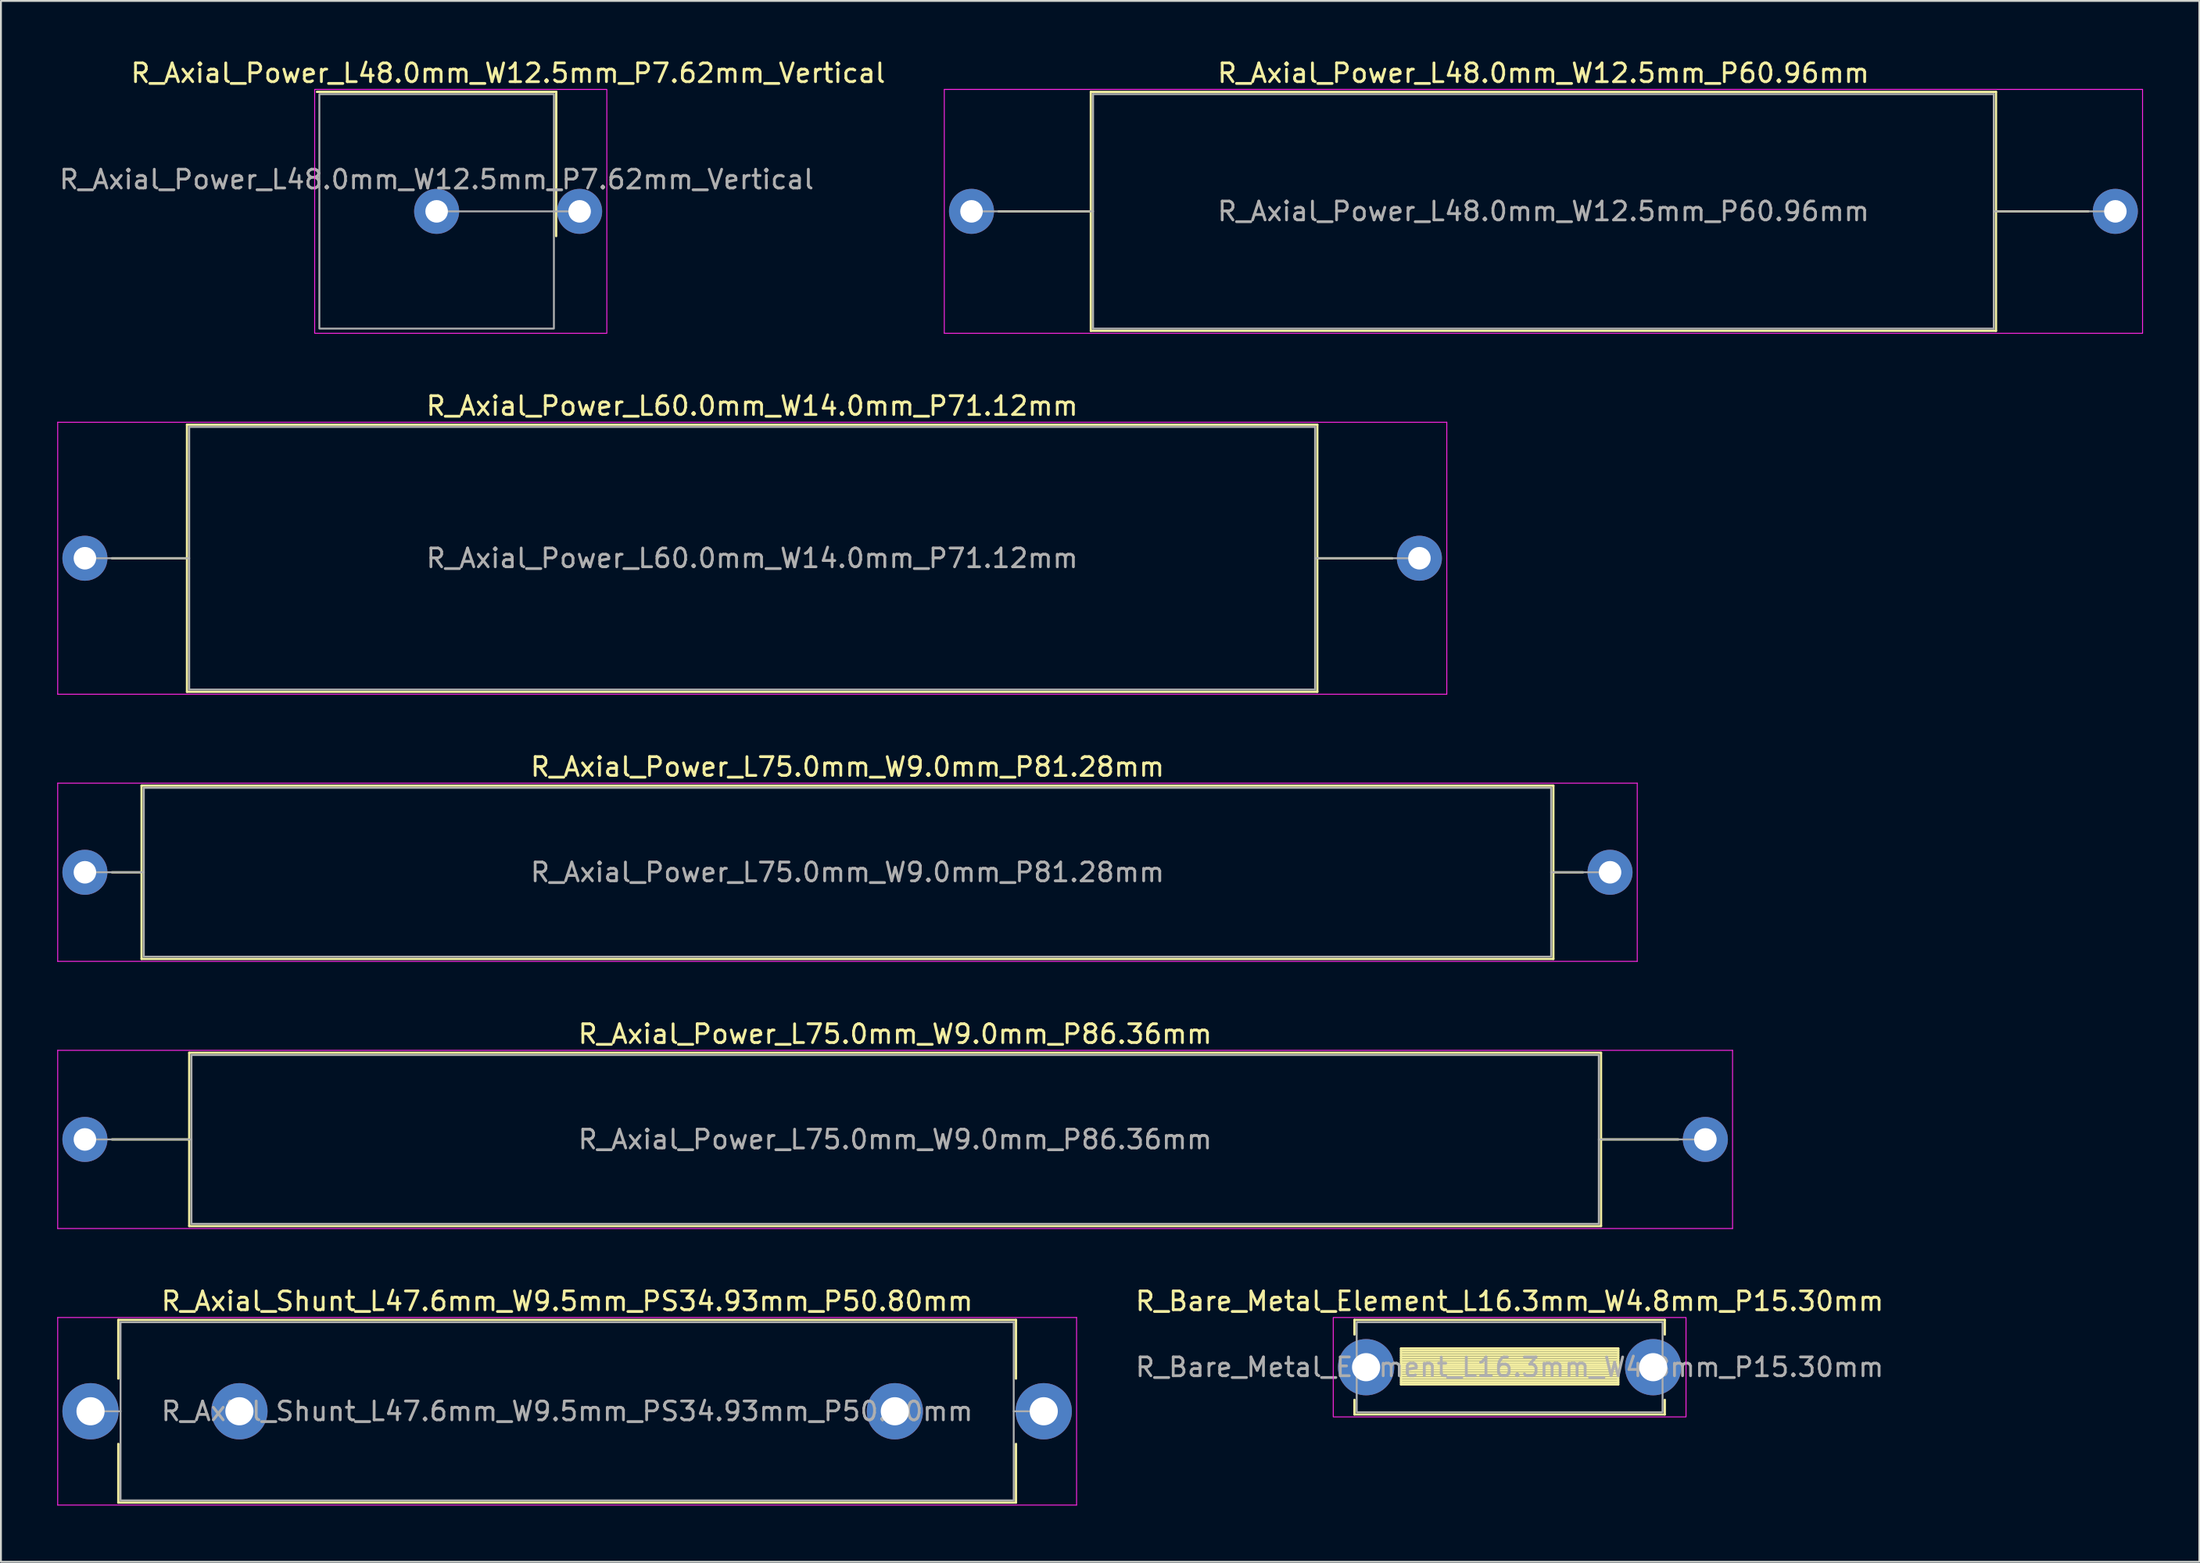
<source format=kicad_pcb>
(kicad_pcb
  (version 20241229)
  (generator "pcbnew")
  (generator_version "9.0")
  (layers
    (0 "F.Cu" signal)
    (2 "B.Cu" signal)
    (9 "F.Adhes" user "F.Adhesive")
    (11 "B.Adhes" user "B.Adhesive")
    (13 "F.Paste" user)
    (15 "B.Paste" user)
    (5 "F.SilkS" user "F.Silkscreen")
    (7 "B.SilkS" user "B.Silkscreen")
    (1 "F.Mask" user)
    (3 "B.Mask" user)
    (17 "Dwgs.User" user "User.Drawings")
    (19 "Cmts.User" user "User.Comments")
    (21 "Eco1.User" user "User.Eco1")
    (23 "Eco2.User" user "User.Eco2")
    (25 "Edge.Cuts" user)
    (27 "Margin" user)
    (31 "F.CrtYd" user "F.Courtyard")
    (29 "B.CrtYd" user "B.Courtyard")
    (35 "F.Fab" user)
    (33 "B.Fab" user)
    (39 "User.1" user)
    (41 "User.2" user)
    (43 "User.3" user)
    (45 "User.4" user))
  (footprint "R_Axial_Power_L48.0mm_W12.5mm_P60.96mm"
    (layer "F.Cu")
    (at 48.725 8.218)
    (property "Reference" "R_Axial_Power_L48.0mm_W12.5mm_P60.96mm" (at 30.48 -7.37 0) (layer "F.SilkS") (effects (font (size 1 1) (thickness 0.15))))
    (attr through_hole)
    (fp_line (start 1.44 0) (end 6.36 0) (stroke (width 0.12) (type solid)) (layer "F.SilkS"))
    (fp_line (start 6.36 -6.37) (end 6.36 6.37) (stroke (width 0.12) (type solid)) (layer "F.SilkS"))
    (fp_line (start 6.36 6.37) (end 54.6 6.37) (stroke (width 0.12) (type solid)) (layer "F.SilkS"))
    (fp_line (start 54.6 -6.37) (end 6.36 -6.37) (stroke (width 0.12) (type solid)) (layer "F.SilkS"))
    (fp_line (start 54.6 6.37) (end 54.6 -6.37) (stroke (width 0.12) (type solid)) (layer "F.SilkS"))
    (fp_line (start 59.52 0) (end 54.6 0) (stroke (width 0.12) (type solid)) (layer "F.SilkS"))
    (fp_line (start -1.45 -6.5) (end -1.45 6.5) (stroke (width 0.05) (type solid)) (layer "F.CrtYd"))
    (fp_line (start -1.45 6.5) (end 62.41 6.5) (stroke (width 0.05) (type solid)) (layer "F.CrtYd"))
    (fp_line (start 62.41 -6.5) (end -1.45 -6.5) (stroke (width 0.05) (type solid)) (layer "F.CrtYd"))
    (fp_line (start 62.41 6.5) (end 62.41 -6.5) (stroke (width 0.05) (type solid)) (layer "F.CrtYd"))
    (fp_line (start 0 0) (end 6.48 0) (stroke (width 0.1) (type solid)) (layer "F.Fab"))
    (fp_line (start 6.48 -6.25) (end 6.48 6.25) (stroke (width 0.1) (type solid)) (layer "F.Fab"))
    (fp_line (start 6.48 6.25) (end 54.48 6.25) (stroke (width 0.1) (type solid)) (layer "F.Fab"))
    (fp_line (start 54.48 -6.25) (end 6.48 -6.25) (stroke (width 0.1) (type solid)) (layer "F.Fab"))
    (fp_line (start 54.48 6.25) (end 54.48 -6.25) (stroke (width 0.1) (type solid)) (layer "F.Fab"))
    (fp_line (start 60.96 0) (end 54.48 0) (stroke (width 0.1) (type solid)) (layer "F.Fab"))
    (fp_text user "${REFERENCE}" (at 30.48 0 0) (layer "F.Fab") (effects (font (size 1 1) (thickness 0.15))))
    (pad "1" thru_hole circle (at 0 0) (size 2.4 2.4) (drill 1.2) (layers "*.Cu" "*.Mask"))
    (pad "2" thru_hole circle (at 60.96 0) (size 2.4 2.4) (drill 1.2) (layers "*.Cu" "*.Mask")))
  (footprint "R_Axial_Power_L60.0mm_W14.0mm_P71.12mm"
    (layer "F.Cu")
    (at 1.475 26.712)
    (property "Reference" "R_Axial_Power_L60.0mm_W14.0mm_P71.12mm" (at 35.56 -8.12 0) (layer "F.SilkS") (effects (font (size 1 1) (thickness 0.15))))
    (attr through_hole)
    (fp_line (start 1.44 0) (end 5.44 0) (stroke (width 0.12) (type solid)) (layer "F.SilkS"))
    (fp_line (start 5.44 -7.12) (end 5.44 7.12) (stroke (width 0.12) (type solid)) (layer "F.SilkS"))
    (fp_line (start 5.44 7.12) (end 65.68 7.12) (stroke (width 0.12) (type solid)) (layer "F.SilkS"))
    (fp_line (start 65.68 -7.12) (end 5.44 -7.12) (stroke (width 0.12) (type solid)) (layer "F.SilkS"))
    (fp_line (start 65.68 7.12) (end 65.68 -7.12) (stroke (width 0.12) (type solid)) (layer "F.SilkS"))
    (fp_line (start 69.68 0) (end 65.68 0) (stroke (width 0.12) (type solid)) (layer "F.SilkS"))
    (fp_line (start -1.45 -7.25) (end -1.45 7.25) (stroke (width 0.05) (type solid)) (layer "F.CrtYd"))
    (fp_line (start -1.45 7.25) (end 72.58 7.25) (stroke (width 0.05) (type solid)) (layer "F.CrtYd"))
    (fp_line (start 72.58 -7.25) (end -1.45 -7.25) (stroke (width 0.05) (type solid)) (layer "F.CrtYd"))
    (fp_line (start 72.58 7.25) (end 72.58 -7.25) (stroke (width 0.05) (type solid)) (layer "F.CrtYd"))
    (fp_line (start 0 0) (end 5.56 0) (stroke (width 0.1) (type solid)) (layer "F.Fab"))
    (fp_line (start 5.56 -7) (end 5.56 7) (stroke (width 0.1) (type solid)) (layer "F.Fab"))
    (fp_line (start 5.56 7) (end 65.56 7) (stroke (width 0.1) (type solid)) (layer "F.Fab"))
    (fp_line (start 65.56 -7) (end 5.56 -7) (stroke (width 0.1) (type solid)) (layer "F.Fab"))
    (fp_line (start 65.56 7) (end 65.56 -7) (stroke (width 0.1) (type solid)) (layer "F.Fab"))
    (fp_line (start 71.12 0) (end 65.56 0) (stroke (width 0.1) (type solid)) (layer "F.Fab"))
    (fp_text user "${REFERENCE}" (at 35.56 0 0) (layer "F.Fab") (effects (font (size 1 1) (thickness 0.15))))
    (pad "1" thru_hole circle (at 0 0) (size 2.4 2.4) (drill 1.2) (layers "*.Cu" "*.Mask"))
    (pad "2" thru_hole circle (at 71.12 0) (size 2.4 2.4) (drill 1.2) (layers "*.Cu" "*.Mask")))
  (footprint "R_Axial_Power_L48.0mm_W12.5mm_P7.62mm_Vertical"
    (layer "F.Cu")
    (at 20.22 8.218)
    (property "Reference" "R_Axial_Power_L48.0mm_W12.5mm_P7.62mm_Vertical" (at 3.81 -7.37 0) (layer "F.SilkS") (effects (font (size 1 1) (thickness 0.15))))
    (attr through_hole)
    (fp_line (start -6.37 -6.37) (end 6.37 -6.37) (stroke (width 0.12) (type solid)) (layer "F.SilkS"))
    (fp_line (start 6.37 -6.37) (end -6.37 -6.37) (stroke (width 0.12) (type solid)) (layer "F.SilkS"))
    (fp_line (start 6.37 -6.37) (end 6.37 1.32) (stroke (width 0.12) (type solid)) (layer "F.SilkS"))
    (fp_line (start 6.37 -1.32) (end 6.37 -6.37) (stroke (width 0.12) (type solid)) (layer "F.SilkS"))
    (fp_rect (start -6.5 -6.5) (end 9.07 6.5) (stroke (width 0.05) (type solid)) (fill no) (layer "F.CrtYd"))
    (fp_line (start 0 0) (end 7.62 0) (stroke (width 0.1) (type solid)) (layer "F.Fab"))
    (fp_rect (start -6.25 -6.25) (end 6.25 6.25) (stroke (width 0.1) (type solid)) (fill no) (layer "F.Fab"))
    (fp_text user "${REFERENCE}" (at 0 -1.7 0) (layer "F.Fab") (effects (font (size 1 1) (thickness 0.15))))
    (pad "1" thru_hole circle (at 0 0) (size 2.4 2.4) (drill 1.2) (layers "*.Cu" "*.Mask"))
    (pad "2" thru_hole circle (at 7.62 0) (size 2.4 2.4) (drill 1.2) (layers "*.Cu" "*.Mask")))
  (footprint "R_Axial_Shunt_L47.6mm_W9.5mm_PS34.93mm_P50.80mm"
    (layer "F.Cu")
    (at 1.775 72.191)
    (property "Reference" "R_Axial_Shunt_L47.6mm_W9.5mm_PS34.93mm_P50.80mm" (at 25.4 -5.87 0) (layer "F.SilkS") (effects (font (size 1 1) (thickness 0.15))))
    (attr through_hole)
    (fp_line (start 1.48 -4.87) (end 49.32 -4.87) (stroke (width 0.12) (type solid)) (layer "F.SilkS"))
    (fp_line (start 1.48 -1.74) (end 1.48 -4.87) (stroke (width 0.12) (type solid)) (layer "F.SilkS"))
    (fp_line (start 1.48 1.74) (end 1.48 4.87) (stroke (width 0.12) (type solid)) (layer "F.SilkS"))
    (fp_line (start 1.48 4.87) (end 49.32 4.87) (stroke (width 0.12) (type solid)) (layer "F.SilkS"))
    (fp_line (start 49.32 -4.87) (end 49.32 -1.74) (stroke (width 0.12) (type solid)) (layer "F.SilkS"))
    (fp_line (start 49.32 4.87) (end 49.32 1.74) (stroke (width 0.12) (type solid)) (layer "F.SilkS"))
    (fp_line (start -1.75 -5) (end -1.75 5) (stroke (width 0.05) (type solid)) (layer "F.CrtYd"))
    (fp_line (start -1.75 5) (end 52.55 5) (stroke (width 0.05) (type solid)) (layer "F.CrtYd"))
    (fp_line (start 52.55 -5) (end -1.75 -5) (stroke (width 0.05) (type solid)) (layer "F.CrtYd"))
    (fp_line (start 52.55 5) (end 52.55 -5) (stroke (width 0.05) (type solid)) (layer "F.CrtYd"))
    (fp_line (start 0 0) (end 1.6 0) (stroke (width 0.1) (type solid)) (layer "F.Fab"))
    (fp_line (start 1.6 -4.75) (end 1.6 4.75) (stroke (width 0.1) (type solid)) (layer "F.Fab"))
    (fp_line (start 1.6 4.75) (end 49.2 4.75) (stroke (width 0.1) (type solid)) (layer "F.Fab"))
    (fp_line (start 49.2 -4.75) (end 1.6 -4.75) (stroke (width 0.1) (type solid)) (layer "F.Fab"))
    (fp_line (start 49.2 4.75) (end 49.2 -4.75) (stroke (width 0.1) (type solid)) (layer "F.Fab"))
    (fp_line (start 50.8 0) (end 49.2 0) (stroke (width 0.1) (type solid)) (layer "F.Fab"))
    (fp_text user "${REFERENCE}" (at 25.4 0 0) (layer "F.Fab") (effects (font (size 1 1) (thickness 0.15))))
    (pad "1" thru_hole circle (at 0 0) (size 3 3) (drill 1.5) (layers "*.Cu" "*.Mask"))
    (pad "2" thru_hole circle (at 7.935 0) (size 3 3) (drill 1.5) (layers "*.Cu" "*.Mask"))
    (pad "3" thru_hole circle (at 42.865 0) (size 3 3) (drill 1.5) (layers "*.Cu" "*.Mask"))
    (pad "4" thru_hole circle (at 50.8 0) (size 3 3) (drill 1.5) (layers "*.Cu" "*.Mask")))
  (footprint "R_Axial_Power_L75.0mm_W9.0mm_P81.28mm"
    (layer "F.Cu")
    (at 1.475 43.455)
    (property "Reference" "R_Axial_Power_L75.0mm_W9.0mm_P81.28mm" (at 40.64 -5.62 0) (layer "F.SilkS") (effects (font (size 1 1) (thickness 0.15))))
    (attr through_hole)
    (fp_line (start 1.44 0) (end 3.02 0) (stroke (width 0.12) (type solid)) (layer "F.SilkS"))
    (fp_line (start 3.02 -4.62) (end 3.02 4.62) (stroke (width 0.12) (type solid)) (layer "F.SilkS"))
    (fp_line (start 3.02 4.62) (end 78.26 4.62) (stroke (width 0.12) (type solid)) (layer "F.SilkS"))
    (fp_line (start 78.26 -4.62) (end 3.02 -4.62) (stroke (width 0.12) (type solid)) (layer "F.SilkS"))
    (fp_line (start 78.26 4.62) (end 78.26 -4.62) (stroke (width 0.12) (type solid)) (layer "F.SilkS"))
    (fp_line (start 79.84 0) (end 78.26 0) (stroke (width 0.12) (type solid)) (layer "F.SilkS"))
    (fp_line (start -1.45 -4.75) (end -1.45 4.75) (stroke (width 0.05) (type solid)) (layer "F.CrtYd"))
    (fp_line (start -1.45 4.75) (end 82.73 4.75) (stroke (width 0.05) (type solid)) (layer "F.CrtYd"))
    (fp_line (start 82.73 -4.75) (end -1.45 -4.75) (stroke (width 0.05) (type solid)) (layer "F.CrtYd"))
    (fp_line (start 82.73 4.75) (end 82.73 -4.75) (stroke (width 0.05) (type solid)) (layer "F.CrtYd"))
    (fp_line (start 0 0) (end 3.14 0) (stroke (width 0.1) (type solid)) (layer "F.Fab"))
    (fp_line (start 3.14 -4.5) (end 3.14 4.5) (stroke (width 0.1) (type solid)) (layer "F.Fab"))
    (fp_line (start 3.14 4.5) (end 78.14 4.5) (stroke (width 0.1) (type solid)) (layer "F.Fab"))
    (fp_line (start 78.14 -4.5) (end 3.14 -4.5) (stroke (width 0.1) (type solid)) (layer "F.Fab"))
    (fp_line (start 78.14 4.5) (end 78.14 -4.5) (stroke (width 0.1) (type solid)) (layer "F.Fab"))
    (fp_line (start 81.28 0) (end 78.14 0) (stroke (width 0.1) (type solid)) (layer "F.Fab"))
    (fp_text user "${REFERENCE}" (at 40.64 0 0) (layer "F.Fab") (effects (font (size 1 1) (thickness 0.15))))
    (pad "1" thru_hole circle (at 0 0) (size 2.4 2.4) (drill 1.2) (layers "*.Cu" "*.Mask"))
    (pad "2" thru_hole circle (at 81.28 0) (size 2.4 2.4) (drill 1.2) (layers "*.Cu" "*.Mask")))
  (footprint "R_Axial_Power_L75.0mm_W9.0mm_P86.36mm"
    (layer "F.Cu")
    (at 1.475 57.698)
    (property "Reference" "R_Axial_Power_L75.0mm_W9.0mm_P86.36mm" (at 43.18 -5.62 0) (layer "F.SilkS") (effects (font (size 1 1) (thickness 0.15))))
    (attr through_hole)
    (fp_line (start 1.44 0) (end 5.56 0) (stroke (width 0.12) (type solid)) (layer "F.SilkS"))
    (fp_line (start 5.56 -4.62) (end 5.56 4.62) (stroke (width 0.12) (type solid)) (layer "F.SilkS"))
    (fp_line (start 5.56 4.62) (end 80.8 4.62) (stroke (width 0.12) (type solid)) (layer "F.SilkS"))
    (fp_line (start 80.8 -4.62) (end 5.56 -4.62) (stroke (width 0.12) (type solid)) (layer "F.SilkS"))
    (fp_line (start 80.8 4.62) (end 80.8 -4.62) (stroke (width 0.12) (type solid)) (layer "F.SilkS"))
    (fp_line (start 84.92 0) (end 80.8 0) (stroke (width 0.12) (type solid)) (layer "F.SilkS"))
    (fp_line (start -1.45 -4.75) (end -1.45 4.75) (stroke (width 0.05) (type solid)) (layer "F.CrtYd"))
    (fp_line (start -1.45 4.75) (end 87.81 4.75) (stroke (width 0.05) (type solid)) (layer "F.CrtYd"))
    (fp_line (start 87.81 -4.75) (end -1.45 -4.75) (stroke (width 0.05) (type solid)) (layer "F.CrtYd"))
    (fp_line (start 87.81 4.75) (end 87.81 -4.75) (stroke (width 0.05) (type solid)) (layer "F.CrtYd"))
    (fp_line (start 0 0) (end 5.68 0) (stroke (width 0.1) (type solid)) (layer "F.Fab"))
    (fp_line (start 5.68 -4.5) (end 5.68 4.5) (stroke (width 0.1) (type solid)) (layer "F.Fab"))
    (fp_line (start 5.68 4.5) (end 80.68 4.5) (stroke (width 0.1) (type solid)) (layer "F.Fab"))
    (fp_line (start 80.68 -4.5) (end 5.68 -4.5) (stroke (width 0.1) (type solid)) (layer "F.Fab"))
    (fp_line (start 80.68 4.5) (end 80.68 -4.5) (stroke (width 0.1) (type solid)) (layer "F.Fab"))
    (fp_line (start 86.36 0) (end 80.68 0) (stroke (width 0.1) (type solid)) (layer "F.Fab"))
    (fp_text user "${REFERENCE}" (at 43.18 0 0) (layer "F.Fab") (effects (font (size 1 1) (thickness 0.15))))
    (pad "1" thru_hole circle (at 0 0) (size 2.4 2.4) (drill 1.2) (layers "*.Cu" "*.Mask"))
    (pad "2" thru_hole circle (at 86.36 0) (size 2.4 2.4) (drill 1.2) (layers "*.Cu" "*.Mask")))
  (footprint "R_Bare_Metal_Element_L16.3mm_W4.8mm_P15.30mm"
    (layer "F.Cu")
    (at 69.754 69.841)
    (property "Reference" "R_Bare_Metal_Element_L16.3mm_W4.8mm_P15.30mm" (at 7.65 -3.52 0) (layer "F.SilkS") (effects (font (size 1 1) (thickness 0.15))))
    (attr through_hole)
    (fp_line (start -0.62 -2.52) (end 15.92 -2.52) (stroke (width 0.12) (type solid)) (layer "F.SilkS"))
    (fp_line (start -0.62 -1.74) (end -0.62 -2.52) (stroke (width 0.12) (type solid)) (layer "F.SilkS"))
    (fp_line (start -0.62 1.74) (end -0.62 2.52) (stroke (width 0.12) (type solid)) (layer "F.SilkS"))
    (fp_line (start -0.62 2.52) (end 15.92 2.52) (stroke (width 0.12) (type solid)) (layer "F.SilkS"))
    (fp_line (start 1.86 -1) (end 1.86 0.92) (stroke (width 0.12) (type solid)) (layer "F.SilkS"))
    (fp_line (start 1.86 -1) (end 13.44 -1) (stroke (width 0.12) (type solid)) (layer "F.SilkS"))
    (fp_line (start 1.86 -0.88) (end 13.44 -0.88) (stroke (width 0.12) (type solid)) (layer "F.SilkS"))
    (fp_line (start 1.86 -0.76) (end 13.44 -0.76) (stroke (width 0.12) (type solid)) (layer "F.SilkS"))
    (fp_line (start 1.86 -0.64) (end 13.44 -0.64) (stroke (width 0.12) (type solid)) (layer "F.SilkS"))
    (fp_line (start 1.86 -0.52) (end 13.44 -0.52) (stroke (width 0.12) (type solid)) (layer "F.SilkS"))
    (fp_line (start 1.86 -0.4) (end 13.44 -0.4) (stroke (width 0.12) (type solid)) (layer "F.SilkS"))
    (fp_line (start 1.86 -0.28) (end 13.44 -0.28) (stroke (width 0.12) (type solid)) (layer "F.SilkS"))
    (fp_line (start 1.86 -0.16) (end 13.44 -0.16) (stroke (width 0.12) (type solid)) (layer "F.SilkS"))
    (fp_line (start 1.86 -0.04) (end 13.44 -0.04) (stroke (width 0.12) (type solid)) (layer "F.SilkS"))
    (fp_line (start 1.86 0.08) (end 13.44 0.08) (stroke (width 0.12) (type solid)) (layer "F.SilkS"))
    (fp_line (start 1.86 0.2) (end 13.44 0.2) (stroke (width 0.12) (type solid)) (layer "F.SilkS"))
    (fp_line (start 1.86 0.32) (end 13.44 0.32) (stroke (width 0.12) (type solid)) (layer "F.SilkS"))
    (fp_line (start 1.86 0.44) (end 13.44 0.44) (stroke (width 0.12) (type solid)) (layer "F.SilkS"))
    (fp_line (start 1.86 0.56) (end 13.44 0.56) (stroke (width 0.12) (type solid)) (layer "F.SilkS"))
    (fp_line (start 1.86 0.68) (end 13.44 0.68) (stroke (width 0.12) (type solid)) (layer "F.SilkS"))
    (fp_line (start 1.86 0.8) (end 13.44 0.8) (stroke (width 0.12) (type solid)) (layer "F.SilkS"))
    (fp_line (start 1.86 0.92) (end 13.44 0.92) (stroke (width 0.12) (type solid)) (layer "F.SilkS"))
    (fp_line (start 13.44 -1) (end 13.44 0.92) (stroke (width 0.12) (type solid)) (layer "F.SilkS"))
    (fp_line (start 15.92 -2.52) (end 15.92 -1.74) (stroke (width 0.12) (type solid)) (layer "F.SilkS"))
    (fp_line (start 15.92 2.52) (end 15.92 1.74) (stroke (width 0.12) (type solid)) (layer "F.SilkS"))
    (fp_rect (start -1.75 -2.65) (end 17.05 2.65) (stroke (width 0.05) (type solid)) (fill no) (layer "F.CrtYd"))
    (fp_rect (start -0.5 -2.4) (end 15.8 2.4) (stroke (width 0.1) (type solid)) (fill no) (layer "F.Fab"))
    (fp_text user "${REFERENCE}" (at 7.65 0 0) (layer "F.Fab") (effects (font (size 1 1) (thickness 0.15))))
    (pad "1" thru_hole circle (at 0 0) (size 3 3) (drill 1.5) (layers "*.Cu" "*.Mask"))
    (pad "2" thru_hole circle (at 15.3 0) (size 3 3) (drill 1.5) (layers "*.Cu" "*.Mask")))
  (gr_rect
    (start -3 -3)
    (end 114.16 80.216)
    (stroke (width 0.1) (type default))
    (fill no)
    (layer "Edge.Cuts")))
</source>
